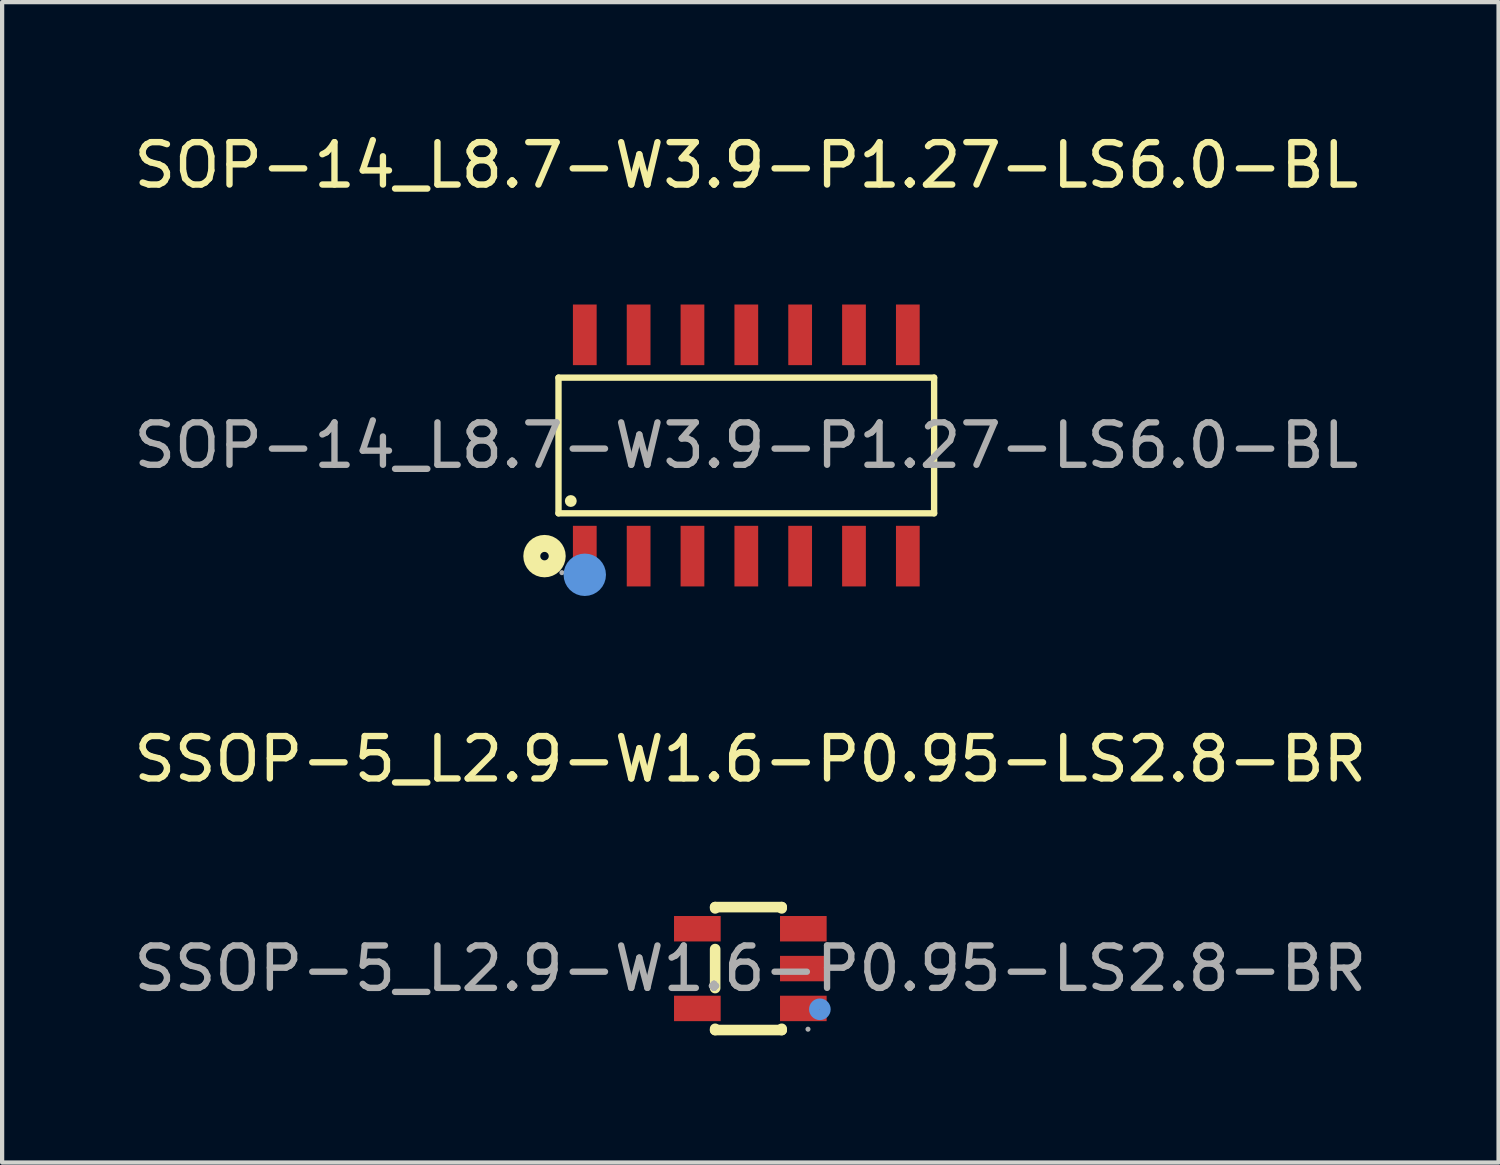
<source format=kicad_pcb>
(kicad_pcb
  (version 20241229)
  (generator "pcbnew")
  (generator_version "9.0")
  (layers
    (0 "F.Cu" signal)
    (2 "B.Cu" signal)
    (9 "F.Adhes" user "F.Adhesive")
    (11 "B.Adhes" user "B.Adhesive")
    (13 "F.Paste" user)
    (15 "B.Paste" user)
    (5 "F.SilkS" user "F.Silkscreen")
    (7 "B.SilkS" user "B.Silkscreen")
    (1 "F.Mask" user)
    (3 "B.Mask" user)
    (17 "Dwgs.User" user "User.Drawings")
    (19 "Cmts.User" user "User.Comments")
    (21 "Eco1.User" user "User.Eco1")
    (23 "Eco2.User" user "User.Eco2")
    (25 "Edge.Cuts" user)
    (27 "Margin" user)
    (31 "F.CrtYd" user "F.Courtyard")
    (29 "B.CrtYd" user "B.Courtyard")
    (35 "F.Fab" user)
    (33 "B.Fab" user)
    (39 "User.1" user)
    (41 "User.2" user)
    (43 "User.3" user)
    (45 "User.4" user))
  (footprint "SOP-14_L8.7-W3.9-P1.27-LS6.0-BL"
    (layer "F.Cu")
    (at 14.554 7.458)
    (property "Reference" "SOP-14_L8.7-W3.9-P1.27-LS6.0-BL" (at 0 -6.61 0) (layer "F.SilkS") (effects (font (size 1 1) (thickness 0.15))))
    (attr through_hole)
    (fp_line (start -4.43 -1.6) (end 4.43 -1.6) (stroke (width 0.15) (type solid)) (layer "F.SilkS"))
    (fp_line (start -4.43 1.6) (end -4.43 -1.6) (stroke (width 0.15) (type solid)) (layer "F.SilkS"))
    (fp_line (start 4.43 -1.6) (end 4.43 1.6) (stroke (width 0.15) (type solid)) (layer "F.SilkS"))
    (fp_line (start 4.43 1.6) (end -4.43 1.6) (stroke (width 0.15) (type solid)) (layer "F.SilkS"))
    (fp_circle (center -4.76 2.61) (end -4.66 2.61) (stroke (width 0.4) (type solid)) (fill no) (layer "F.SilkS"))
    (fp_circle (center -4.14 1.31) (end -4.07 1.31) (stroke (width 0.14) (type solid)) (fill no) (layer "F.SilkS"))
    (fp_circle (center -3.81 3.05) (end -3.56 3.05) (stroke (width 0.5) (type solid)) (fill no) (layer "Cmts.User"))
    (fp_circle (center -4.35 3) (end -4.32 3) (stroke (width 0.06) (type solid)) (fill no) (layer "F.Fab"))
    (fp_text user "${REFERENCE}" (at 0 0 0) (layer "F.Fab") (effects (font (size 1 1) (thickness 0.15))))
    (pad "1" smd rect (at -3.81 2.61) (size 0.56 1.43) (layers "F.Cu" "F.Mask" "F.Paste"))
    (pad "2" smd rect (at -2.54 2.61) (size 0.56 1.43) (layers "F.Cu" "F.Mask" "F.Paste"))
    (pad "3" smd rect (at -1.27 2.61) (size 0.56 1.43) (layers "F.Cu" "F.Mask" "F.Paste"))
    (pad "4" smd rect (at 0 2.61) (size 0.56 1.43) (layers "F.Cu" "F.Mask" "F.Paste"))
    (pad "5" smd rect (at 1.27 2.61) (size 0.56 1.43) (layers "F.Cu" "F.Mask" "F.Paste"))
    (pad "6" smd rect (at 2.54 2.61) (size 0.56 1.43) (layers "F.Cu" "F.Mask" "F.Paste"))
    (pad "7" smd rect (at 3.81 2.61) (size 0.56 1.43) (layers "F.Cu" "F.Mask" "F.Paste"))
    (pad "8" smd rect (at 3.81 -2.61) (size 0.56 1.43) (layers "F.Cu" "F.Mask" "F.Paste"))
    (pad "9" smd rect (at 2.54 -2.61) (size 0.56 1.43) (layers "F.Cu" "F.Mask" "F.Paste"))
    (pad "10" smd rect (at 1.27 -2.61) (size 0.56 1.43) (layers "F.Cu" "F.Mask" "F.Paste"))
    (pad "11" smd rect (at 0 -2.61) (size 0.56 1.43) (layers "F.Cu" "F.Mask" "F.Paste"))
    (pad "12" smd rect (at -1.27 -2.61) (size 0.56 1.43) (layers "F.Cu" "F.Mask" "F.Paste"))
    (pad "13" smd rect (at -2.54 -2.61) (size 0.56 1.43) (layers "F.Cu" "F.Mask" "F.Paste"))
    (pad "14" smd rect (at -3.81 -2.61) (size 0.56 1.43) (layers "F.Cu" "F.Mask" "F.Paste")))
  (footprint "SSOP-5_L2.9-W1.6-P0.95-LS2.8-BR"
    (layer "F.Cu")
    (at 14.649 19.797)
    (property "Reference" "SSOP-5_L2.9-W1.6-P0.95-LS2.8-BR" (at 0 -4.94 0) (layer "F.SilkS") (effects (font (size 1 1) (thickness 0.15))))
    (attr through_hole)
    (fp_line (start -0.83 -1.45) (end 0.74 -1.45) (stroke (width 0.25) (type solid)) (layer "F.SilkS"))
    (fp_line (start -0.83 -1.42) (end -0.83 -1.45) (stroke (width 0.25) (type solid)) (layer "F.SilkS"))
    (fp_line (start -0.83 0.46) (end -0.83 -0.46) (stroke (width 0.25) (type solid)) (layer "F.SilkS"))
    (fp_line (start -0.83 1.45) (end -0.83 1.42) (stroke (width 0.25) (type solid)) (layer "F.SilkS"))
    (fp_line (start 0.74 -1.42) (end 0.74 -1.45) (stroke (width 0.25) (type solid)) (layer "F.SilkS"))
    (fp_line (start 0.74 1.45) (end -0.83 1.45) (stroke (width 0.25) (type solid)) (layer "F.SilkS"))
    (fp_line (start 0.74 1.45) (end 0.74 1.42) (stroke (width 0.25) (type solid)) (layer "F.SilkS"))
    (fp_circle (center 1.64 0.96) (end 1.77 0.96) (stroke (width 0.25) (type solid)) (fill no) (layer "Cmts.User"))
    (fp_circle (center 1.36 1.43) (end 1.39 1.43) (stroke (width 0.06) (type solid)) (fill no) (layer "F.Fab"))
    (fp_text user "${REFERENCE}" (at 0 0 0) (layer "F.Fab") (effects (font (size 1 1) (thickness 0.15))))
    (pad "1" smd rect (at 1.25 0.94 270) (size 0.6 1.1) (layers "F.Cu" "F.Mask" "F.Paste"))
    (pad "2" smd rect (at 1.25 0 270) (size 0.6 1.1) (layers "F.Cu" "F.Mask" "F.Paste"))
    (pad "3" smd rect (at 1.25 -0.94 270) (size 0.6 1.1) (layers "F.Cu" "F.Mask" "F.Paste"))
    (pad "4" smd rect (at -1.25 -0.94 270) (size 0.6 1.1) (layers "F.Cu" "F.Mask" "F.Paste"))
    (pad "5" smd rect (at -1.25 0.94 270) (size 0.6 1.1) (layers "F.Cu" "F.Mask" "F.Paste")))
  (gr_rect
    (start -3 -3)
    (end 32.298 24.372)
    (stroke (width 0.1) (type default))
    (fill no)
    (layer "Edge.Cuts")))
</source>
